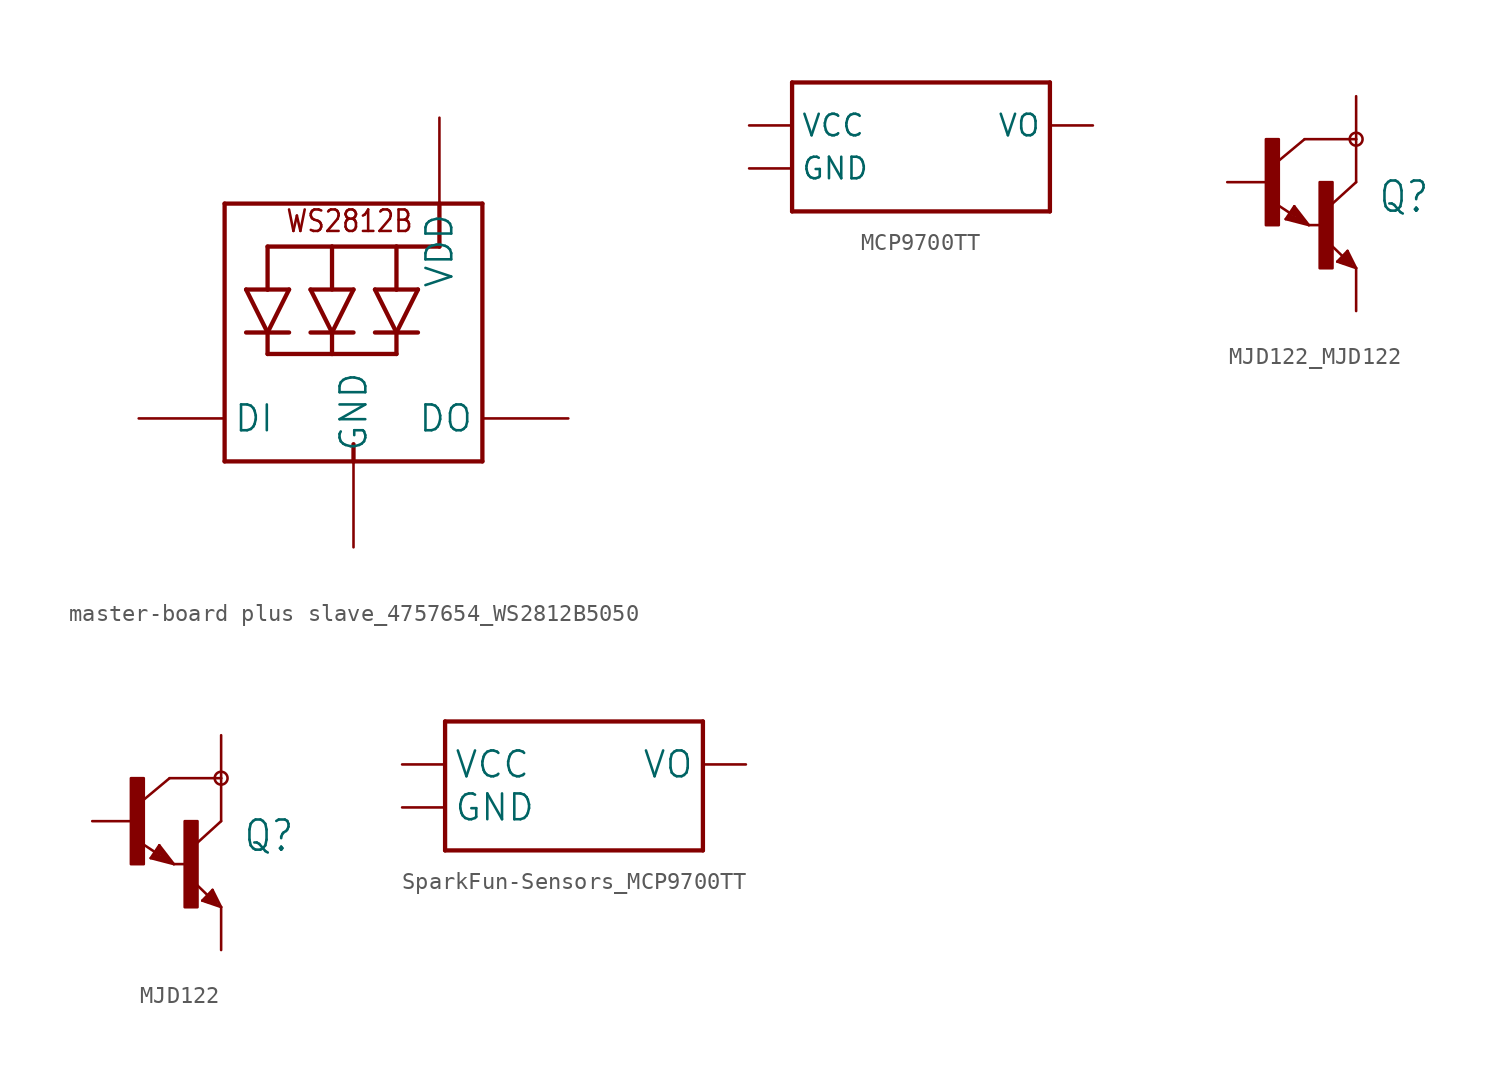
<source format=kicad_sym>
(kicad_symbol_lib
  (version 20241209)
  (generator "kicad_symbol_editor")
  (generator_version "9.0")
  (symbol "master-board plus slave_4757654_WS2812B5050"
    (property "Reference" "LED"
      (at 0 0 0)
      (effects (font (size 1.27 1.27)) (hide yes)))
    (property "ki_locked" ""
      (at 0 0 0)
      (effects (font (size 1.27 1.27))))
    (symbol "master-board plus slave_4757654_WS2812B5050_1_0"
      (polyline (pts (xy -7.62 10.16) (xy -7.62 -5.08)) (stroke (width 0.254) (type solid)) (fill (type none)))
      (polyline (pts (xy -7.62 -5.08) (xy 0 -5.08)) (stroke (width 0.254) (type solid)) (fill (type none)))
      (polyline (pts (xy -6.35 5.08) (xy -5.08 5.08)) (stroke (width 0.254) (type solid)) (fill (type none)))
      (polyline (pts (xy -6.35 2.54) (xy -5.08 2.54)) (stroke (width 0.254) (type solid)) (fill (type none)))
      (polyline (pts (xy -5.08 7.62) (xy -5.08 5.08)) (stroke (width 0.254) (type solid)) (fill (type none)))
      (polyline (pts (xy -5.08 5.08) (xy -3.81 5.08)) (stroke (width 0.254) (type solid)) (fill (type none)))
      (polyline (pts (xy -5.08 2.54) (xy -6.35 5.08)) (stroke (width 0.254) (type solid)) (fill (type none)))
      (polyline (pts (xy -5.08 2.54) (xy -5.08 1.27)) (stroke (width 0.254) (type solid)) (fill (type none)))
      (polyline (pts (xy -5.08 2.54) (xy -3.81 5.08)) (stroke (width 0.254) (type solid)) (fill (type none)))
      (polyline (pts (xy -3.81 2.54) (xy -5.08 2.54)) (stroke (width 0.254) (type solid)) (fill (type none)))
      (polyline (pts (xy -2.54 5.08) (xy 0 5.08)) (stroke (width 0.254) (type solid)) (fill (type none)))
      (polyline (pts (xy -2.54 2.54) (xy -1.27 2.54)) (stroke (width 0.254) (type solid)) (fill (type none)))
      (polyline (pts (xy -1.27 7.62) (xy -5.08 7.62)) (stroke (width 0.254) (type solid)) (fill (type none)))
      (polyline (pts (xy -1.27 5.08) (xy -1.27 7.62)) (stroke (width 0.254) (type solid)) (fill (type none)))
      (polyline (pts (xy -1.27 2.54) (xy -2.54 5.08)) (stroke (width 0.254) (type solid)) (fill (type none)))
      (polyline (pts (xy -1.27 2.54) (xy -1.27 1.27)) (stroke (width 0.254) (type solid)) (fill (type none)))
      (polyline (pts (xy -1.27 2.54) (xy 0 2.54)) (stroke (width 0.254) (type solid)) (fill (type none)))
      (polyline (pts (xy -1.27 1.27) (xy -5.08 1.27)) (stroke (width 0.254) (type solid)) (fill (type none)))
      (polyline (pts (xy 0 5.08) (xy -1.27 2.54)) (stroke (width 0.254) (type solid)) (fill (type none)))
      (polyline (pts (xy 0 -4.064) (xy 0 -5.08)) (stroke (width 0.254) (type solid)) (fill (type none)))
      (polyline (pts (xy 0 -5.08) (xy 7.62 -5.08)) (stroke (width 0.254) (type solid)) (fill (type none)))
      (polyline (pts (xy 1.27 5.08) (xy 2.54 5.08)) (stroke (width 0.254) (type solid)) (fill (type none)))
      (polyline (pts (xy 1.27 5.08) (xy 2.54 2.54)) (stroke (width 0.254) (type solid)) (fill (type none)))
      (polyline (pts (xy 2.54 7.62) (xy -1.27 7.62)) (stroke (width 0.254) (type solid)) (fill (type none)))
      (polyline (pts (xy 2.54 7.62) (xy 5.08 7.62)) (stroke (width 0.254) (type solid)) (fill (type none)))
      (polyline (pts (xy 2.54 5.08) (xy 2.54 7.62)) (stroke (width 0.254) (type solid)) (fill (type none)))
      (polyline (pts (xy 2.54 2.54) (xy 1.27 2.54)) (stroke (width 0.254) (type solid)) (fill (type none)))
      (polyline (pts (xy 2.54 2.54) (xy 2.54 1.27)) (stroke (width 0.254) (type solid)) (fill (type none)))
      (polyline (pts (xy 2.54 2.54) (xy 3.81 5.08)) (stroke (width 0.254) (type solid)) (fill (type none)))
      (polyline (pts (xy 2.54 2.54) (xy 3.81 2.54)) (stroke (width 0.254) (type solid)) (fill (type none)))
      (polyline (pts (xy 2.54 1.27) (xy -1.27 1.27)) (stroke (width 0.254) (type solid)) (fill (type none)))
      (polyline (pts (xy 3.81 5.08) (xy 2.54 5.08)) (stroke (width 0.254) (type solid)) (fill (type none)))
      (polyline (pts (xy 5.08 10.16) (xy -7.62 10.16)) (stroke (width 0.254) (type solid)) (fill (type none)))
      (polyline (pts (xy 5.08 10.16) (xy 5.08 7.62)) (stroke (width 0.254) (type solid)) (fill (type none)))
      (polyline (pts (xy 7.62 10.16) (xy 5.08 10.16)) (stroke (width 0.254) (type solid)) (fill (type none)))
      (polyline (pts (xy 7.62 -5.08) (xy 7.62 10.16)) (stroke (width 0.254) (type solid)) (fill (type none)))
      (text "WS2812B" (at -4.064 8.382 0) (effects (font (size 1.27 1.079)) (justify left bottom)))
      (pin input line (at -12.7 -2.54 0) (length 5.08) (name "DI" (effects (font (size 1.524 1.524)))) (number "4-DIN" (effects (font (size 0 0)))))
      (pin power_in line (at 0 -10.16 90) (length 5.08) (name "GND" (effects (font (size 1.524 1.524)))) (number "3-GND" (effects (font (size 0 0)))))
      (pin power_in line (at 5.08 15.24 270) (length 5.08) (name "VDD" (effects (font (size 1.524 1.524)))) (number "1-VDD" (effects (font (size 0 0)))))
      (pin output line (at 12.7 -2.54 180) (length 5.08) (name "DO" (effects (font (size 1.524 1.524)))) (number "2-DOUT" (effects (font (size 0 0)))))))
  (symbol "MCP9700TT"
    (property "Reference" "U"
      (at -7.62 5.334 0)
      (effects (font (size 1.778 1.778)) (justify left bottom) (hide yes)))
    (property "ki_locked" ""
      (at 0 0 0)
      (effects (font (size 1.27 1.27))))
    (symbol "MCP9700TT_1_0"
      (polyline (pts (xy -7.62 5.08) (xy 7.62 5.08)) (stroke (width 0.254) (type solid)) (fill (type none)))
      (polyline (pts (xy -7.62 -2.54) (xy -7.62 5.08)) (stroke (width 0.254) (type solid)) (fill (type none)))
      (polyline (pts (xy 7.62 5.08) (xy 7.62 -2.54)) (stroke (width 0.254) (type solid)) (fill (type none)))
      (polyline (pts (xy 7.62 -2.54) (xy -7.62 -2.54)) (stroke (width 0.254) (type solid)) (fill (type none)))
      (pin bidirectional line (at -10.16 2.54 0) (length 2.54) (name "VCC" (effects (font (size 1.27 1.27)))) (number "1" (effects (font (size 0 0)))))
      (pin bidirectional line (at -10.16 0 0) (length 2.54) (name "GND" (effects (font (size 1.27 1.27)))) (number "3" (effects (font (size 0 0)))))
      (pin bidirectional line (at 10.16 2.54 180) (length 2.54) (name "VO" (effects (font (size 1.27 1.27)))) (number "2" (effects (font (size 0 0)))))))
  (symbol "MJD122_MJD122"
    (property "Reference" "Q"
      (at 6.366 -1.91 0)
      (effects (font (size 1.782 1.515)) (justify left bottom)))
    (property "Value" ""
      (at 6.351 -4.446 0)
      (effects (font (size 1.778 1.512)) (justify left bottom)))
    (property "ki_locked" ""
      (at 0 0 0)
      (effects (font (size 1.27 1.27))))
    (symbol "MJD122_MJD122_1_0"
      (rectangle (start -0.254 -2.544) (end 0.508 2.54) (stroke (width 0) (type default)) (fill (type outline)))
      (polyline (pts (xy 0.916 -2.186) (xy 1.424 -1.424)) (stroke (width 0.152) (type solid)) (fill (type none)))
      (polyline (pts (xy 1.016 -2.159) (xy 2.032 -2.413)) (stroke (width 0.127) (type solid)) (fill (type none)))
      (polyline (pts (xy 1.143 -2.032) (xy 1.905 -2.286)) (stroke (width 0.254) (type solid)) (fill (type none)))
      (polyline (pts (xy 1.186 -1.84) (xy 0.208 -1.197)) (stroke (width 0.152) (type solid)) (fill (type none)))
      (polyline (pts (xy 1.397 -1.524) (xy 1.016 -2.159)) (stroke (width 0.127) (type solid)) (fill (type none)))
      (polyline (pts (xy 1.397 -1.651) (xy 1.143 -2.032)) (stroke (width 0.127) (type solid)) (fill (type none)))
      (polyline (pts (xy 1.397 -1.778) (xy 1.397 -1.905)) (stroke (width 0.254) (type solid)) (fill (type none)))
      (polyline (pts (xy 1.424 -1.424) (xy 2.286 -2.54)) (stroke (width 0.152) (type solid)) (fill (type none)))
      (polyline (pts (xy 1.905 -2.286) (xy 1.397 -1.778)) (stroke (width 0.254) (type solid)) (fill (type none)))
      (polyline (pts (xy 2.032 2.54) (xy 0.508 1.27)) (stroke (width 0.152) (type solid)) (fill (type none)))
      (polyline (pts (xy 2.032 -2.413) (xy 1.397 -1.651)) (stroke (width 0.127) (type solid)) (fill (type none)))
      (polyline (pts (xy 2.159 -2.413) (xy 1.397 -1.524)) (stroke (width 0.127) (type solid)) (fill (type none)))
      (polyline (pts (xy 2.286 -2.54) (xy 0.916 -2.186)) (stroke (width 0.152) (type solid)) (fill (type none)))
      (polyline (pts (xy 2.921 -2.54) (xy 2.286 -2.54)) (stroke (width 0.152) (type solid)) (fill (type none)))
      (rectangle (start 2.925 -5.088) (end 3.683 0) (stroke (width 0) (type default)) (fill (type outline)))
      (polyline (pts (xy 3.964 -4.699) (xy 4.572 -4.064)) (stroke (width 0.152) (type solid)) (fill (type none)))
      (polyline (pts (xy 4.064 -4.699) (xy 4.826 -4.953)) (stroke (width 0.127) (type solid)) (fill (type none)))
      (polyline (pts (xy 4.191 -4.699) (xy 4.699 -4.826)) (stroke (width 0.254) (type solid)) (fill (type none)))
      (polyline (pts (xy 4.28 -4.38) (xy 3.483 -3.61)) (stroke (width 0.152) (type solid)) (fill (type none)))
      (polyline (pts (xy 4.572 -4.064) (xy 5.08 -5.08)) (stroke (width 0.152) (type solid)) (fill (type none)))
      (polyline (pts (xy 4.572 -4.191) (xy 4.064 -4.699)) (stroke (width 0.127) (type solid)) (fill (type none)))
      (polyline (pts (xy 4.572 -4.318) (xy 4.191 -4.699)) (stroke (width 0.254) (type solid)) (fill (type none)))
      (polyline (pts (xy 4.572 -4.572) (xy 4.445 -4.572)) (stroke (width 0.254) (type solid)) (fill (type none)))
      (polyline (pts (xy 4.699 -4.826) (xy 4.572 -4.572)) (stroke (width 0.254) (type solid)) (fill (type none)))
      (polyline (pts (xy 4.826 -4.953) (xy 4.572 -4.318)) (stroke (width 0.127) (type solid)) (fill (type none)))
      (polyline (pts (xy 4.953 -4.953) (xy 4.572 -4.191)) (stroke (width 0.127) (type solid)) (fill (type none)))
      (polyline (pts (xy 5.08 2.54) (xy 2.032 2.54)) (stroke (width 0.152) (type solid)) (fill (type none)))
      (polyline (pts (xy 5.08 2.54) (xy 5.08 0)) (stroke (width 0.152) (type solid)) (fill (type none)))
      (circle (center 5.08 2.54) (radius 0.381) (stroke (width 0) (type solid)) (fill (type none)))
      (polyline (pts (xy 5.08 0) (xy 3.683 -1.27)) (stroke (width 0.152) (type solid)) (fill (type none)))
      (polyline (pts (xy 5.08 -5.08) (xy 3.964 -4.699)) (stroke (width 0.152) (type solid)) (fill (type none)))
      (pin passive line (at -2.54 0 0) (length 2.54) (name "B" (effects (font (size 0 0)))) (number "1" (effects (font (size 0 0)))))
      (pin passive line (at 5.08 5.08 270) (length 2.54) (name "C" (effects (font (size 0 0)))) (number "4" (effects (font (size 0 0)))))
      (pin passive line (at 5.08 -7.62 90) (length 2.54) (name "E" (effects (font (size 0 0)))) (number "3" (effects (font (size 0 0)))))))
  (symbol "MJD122"
    (property "Reference" "Q"
      (at 6.366 -1.91 0)
      (effects (font (size 1.782 1.515)) (justify left bottom)))
    (property "Value" ""
      (at 6.351 -4.446 0)
      (effects (font (size 1.778 1.512)) (justify left bottom)))
    (property "ki_locked" ""
      (at 0 0 0)
      (effects (font (size 1.27 1.27))))
    (symbol "MJD122_1_0"
      (rectangle (start -0.254 -2.544) (end 0.508 2.54) (stroke (width 0) (type default)) (fill (type outline)))
      (polyline (pts (xy 0.916 -2.186) (xy 1.424 -1.424)) (stroke (width 0.152) (type solid)) (fill (type none)))
      (polyline (pts (xy 1.016 -2.159) (xy 2.032 -2.413)) (stroke (width 0.127) (type solid)) (fill (type none)))
      (polyline (pts (xy 1.143 -2.032) (xy 1.905 -2.286)) (stroke (width 0.254) (type solid)) (fill (type none)))
      (polyline (pts (xy 1.186 -1.84) (xy 0.208 -1.197)) (stroke (width 0.152) (type solid)) (fill (type none)))
      (polyline (pts (xy 1.397 -1.524) (xy 1.016 -2.159)) (stroke (width 0.127) (type solid)) (fill (type none)))
      (polyline (pts (xy 1.397 -1.651) (xy 1.143 -2.032)) (stroke (width 0.127) (type solid)) (fill (type none)))
      (polyline (pts (xy 1.397 -1.778) (xy 1.397 -1.905)) (stroke (width 0.254) (type solid)) (fill (type none)))
      (polyline (pts (xy 1.424 -1.424) (xy 2.286 -2.54)) (stroke (width 0.152) (type solid)) (fill (type none)))
      (polyline (pts (xy 1.905 -2.286) (xy 1.397 -1.778)) (stroke (width 0.254) (type solid)) (fill (type none)))
      (polyline (pts (xy 2.032 2.54) (xy 0.508 1.27)) (stroke (width 0.152) (type solid)) (fill (type none)))
      (polyline (pts (xy 2.032 -2.413) (xy 1.397 -1.651)) (stroke (width 0.127) (type solid)) (fill (type none)))
      (polyline (pts (xy 2.159 -2.413) (xy 1.397 -1.524)) (stroke (width 0.127) (type solid)) (fill (type none)))
      (polyline (pts (xy 2.286 -2.54) (xy 0.916 -2.186)) (stroke (width 0.152) (type solid)) (fill (type none)))
      (polyline (pts (xy 2.921 -2.54) (xy 2.286 -2.54)) (stroke (width 0.152) (type solid)) (fill (type none)))
      (rectangle (start 2.925 -5.088) (end 3.683 0) (stroke (width 0) (type default)) (fill (type outline)))
      (polyline (pts (xy 3.964 -4.699) (xy 4.572 -4.064)) (stroke (width 0.152) (type solid)) (fill (type none)))
      (polyline (pts (xy 4.064 -4.699) (xy 4.826 -4.953)) (stroke (width 0.127) (type solid)) (fill (type none)))
      (polyline (pts (xy 4.191 -4.699) (xy 4.699 -4.826)) (stroke (width 0.254) (type solid)) (fill (type none)))
      (polyline (pts (xy 4.28 -4.38) (xy 3.483 -3.61)) (stroke (width 0.152) (type solid)) (fill (type none)))
      (polyline (pts (xy 4.572 -4.064) (xy 5.08 -5.08)) (stroke (width 0.152) (type solid)) (fill (type none)))
      (polyline (pts (xy 4.572 -4.191) (xy 4.064 -4.699)) (stroke (width 0.127) (type solid)) (fill (type none)))
      (polyline (pts (xy 4.572 -4.318) (xy 4.191 -4.699)) (stroke (width 0.254) (type solid)) (fill (type none)))
      (polyline (pts (xy 4.572 -4.572) (xy 4.445 -4.572)) (stroke (width 0.254) (type solid)) (fill (type none)))
      (polyline (pts (xy 4.699 -4.826) (xy 4.572 -4.572)) (stroke (width 0.254) (type solid)) (fill (type none)))
      (polyline (pts (xy 4.826 -4.953) (xy 4.572 -4.318)) (stroke (width 0.127) (type solid)) (fill (type none)))
      (polyline (pts (xy 4.953 -4.953) (xy 4.572 -4.191)) (stroke (width 0.127) (type solid)) (fill (type none)))
      (polyline (pts (xy 5.08 2.54) (xy 2.032 2.54)) (stroke (width 0.152) (type solid)) (fill (type none)))
      (polyline (pts (xy 5.08 2.54) (xy 5.08 0)) (stroke (width 0.152) (type solid)) (fill (type none)))
      (circle (center 5.08 2.54) (radius 0.381) (stroke (width 0) (type solid)) (fill (type none)))
      (polyline (pts (xy 5.08 0) (xy 3.683 -1.27)) (stroke (width 0.152) (type solid)) (fill (type none)))
      (polyline (pts (xy 5.08 -5.08) (xy 3.964 -4.699)) (stroke (width 0.152) (type solid)) (fill (type none)))
      (pin passive line (at -2.54 0 0) (length 2.54) (name "B" (effects (font (size 0 0)))) (number "1" (effects (font (size 0 0)))))
      (pin passive line (at 5.08 5.08 270) (length 2.54) (name "C" (effects (font (size 0 0)))) (number "4" (effects (font (size 0 0)))))
      (pin passive line (at 5.08 -7.62 90) (length 2.54) (name "E" (effects (font (size 0 0)))) (number "3" (effects (font (size 0 0)))))))
  (symbol "SparkFun-Sensors_MCP9700TT"
    (property "Reference" "U"
      (at -7.62 5.334 0)
      (effects (font (size 1.778 1.778)) (justify left bottom) (hide yes)))
    (property "ki_locked" ""
      (at 0 0 0)
      (effects (font (size 1.27 1.27))))
    (symbol "SparkFun-Sensors_MCP9700TT_1_0"
      (polyline (pts (xy -7.62 5.08) (xy 7.62 5.08)) (stroke (width 0.254) (type solid)) (fill (type none)))
      (polyline (pts (xy -7.62 -2.54) (xy -7.62 5.08)) (stroke (width 0.254) (type solid)) (fill (type none)))
      (polyline (pts (xy 7.62 5.08) (xy 7.62 -2.54)) (stroke (width 0.254) (type solid)) (fill (type none)))
      (polyline (pts (xy 7.62 -2.54) (xy -7.62 -2.54)) (stroke (width 0.254) (type solid)) (fill (type none)))
      (pin bidirectional line (at -10.16 2.54 0) (length 2.54) (name "VCC" (effects (font (size 1.524 1.524)))) (number "1" (effects (font (size 0 0)))))
      (pin bidirectional line (at -10.16 0 0) (length 2.54) (name "GND" (effects (font (size 1.524 1.524)))) (number "3" (effects (font (size 0 0)))))
      (pin bidirectional line (at 10.16 2.54 180) (length 2.54) (name "VO" (effects (font (size 1.524 1.524)))) (number "2" (effects (font (size 0 0))))))))
</source>
